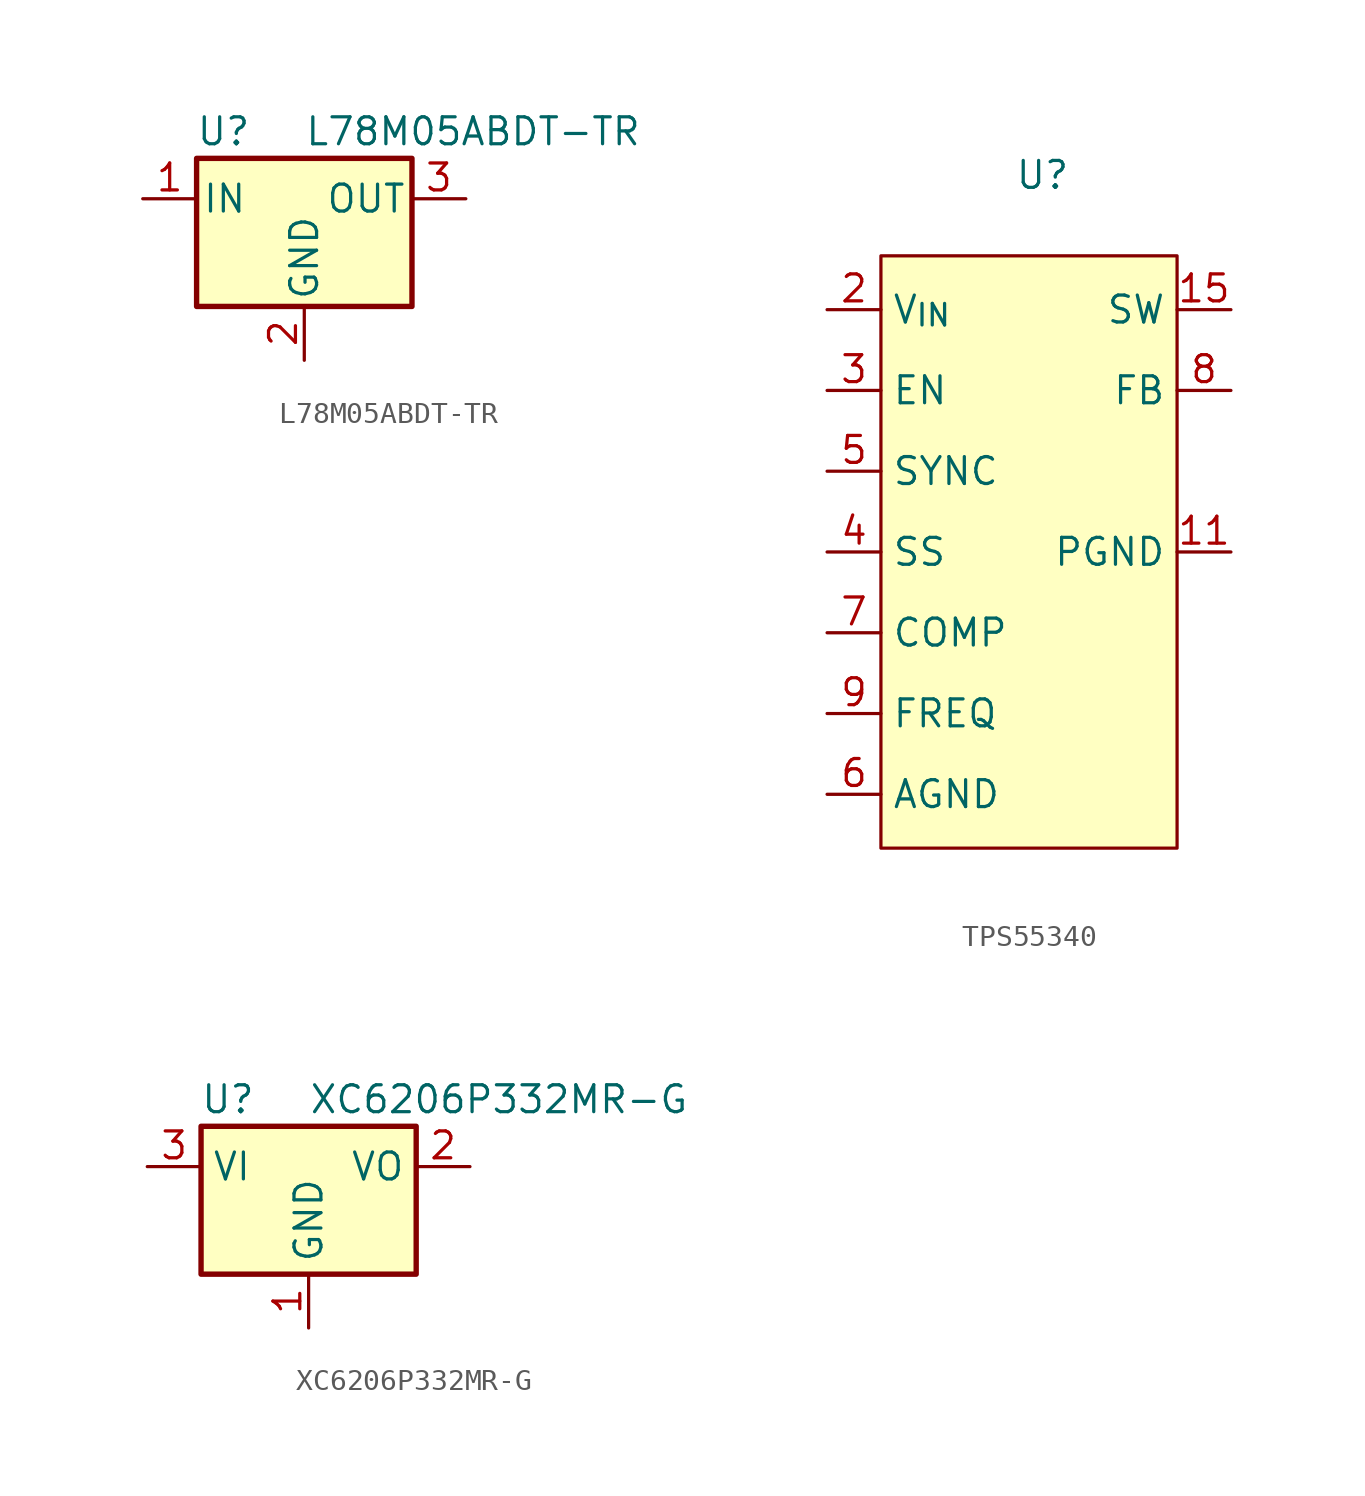
<source format=kicad_sym>
(kicad_symbol_lib
  (version 20220914)
  (generator kicad_symbol_editor)
  (symbol "L78M05ABDT-TR"
    (pin_names
      (offset 0.254))
    (property "Reference" "U"
      (at -3.81 3.175 0)
      (effects (font (size 1.27 1.27))))
    (property "Value" "L78M05ABDT-TR"
      (at 0 3.175 0)
      (effects (font (size 1.27 1.27)) (justify left)))
    (symbol "L78M05ABDT-TR_0_1"
      (rectangle (start -5.08 1.905) (end 5.08 -5.08) (stroke (width 0.254) (type default)) (fill (type background))))
    (symbol "L78M05ABDT-TR_1_1"
      (pin power_in line (at -7.62 0 0) (length 2.54) (name "IN" (effects (font (size 1.27 1.27)))) (number "1" (effects (font (size 1.27 1.27)))))
      (pin power_in line (at 0 -7.62 90) (length 2.54) (name "GND" (effects (font (size 1.27 1.27)))) (number "2" (effects (font (size 1.27 1.27)))))
      (pin power_out line (at 7.62 0 180) (length 2.54) (name "OUT" (effects (font (size 1.27 1.27)))) (number "3" (effects (font (size 1.27 1.27)))))))
  (symbol "TPS55340"
    (property "Reference" "U"
      (at 0 17.78 0)
      (effects (font (size 1.27 1.27))))
    (property "Value" ""
      (at 0 0 0)
      (effects (font (size 1.27 1.27))))
    (symbol "TPS55340_1_1"
      (rectangle (start -7.62 13.97) (end 6.35 -13.97) (stroke (width 0) (type default)) (fill (type background)))
      (pin input line (at 8.89 -5.08 180) (length 2.54) hide (name "NC" (effects (font (size 1.27 1.27)))) (number "10" (effects (font (size 1.27 1.27)))))
      (pin input line (at 8.89 0 180) (length 2.54) (name "PGND" (effects (font (size 1.27 1.27)))) (number "11" (effects (font (size 1.27 1.27)))))
      (pin input line (at 8.89 0 180) (length 2.54) hide (name "PGND" (effects (font (size 1.27 1.27)))) (number "12" (effects (font (size 1.27 1.27)))))
      (pin input line (at 8.89 0 180) (length 2.54) hide (name "PGND" (effects (font (size 1.27 1.27)))) (number "13" (effects (font (size 1.27 1.27)))))
      (pin input line (at 8.89 -5.08 180) (length 2.54) hide (name "NC" (effects (font (size 1.27 1.27)))) (number "14" (effects (font (size 1.27 1.27)))))
      (pin input line (at 8.89 11.43 180) (length 2.54) (name "SW" (effects (font (size 1.27 1.27)))) (number "15" (effects (font (size 1.27 1.27)))))
      (pin input line (at 8.89 11.43 180) (length 2.54) hide (name "SW" (effects (font (size 1.27 1.27)))) (number "16" (effects (font (size 1.27 1.27)))))
      (pin input line (at -10.16 11.43 0) (length 2.54) (name "V_{IN}" (effects (font (size 1.27 1.27)))) (number "2" (effects (font (size 1.27 1.27)))))
      (pin input line (at -10.16 7.62 0) (length 2.54) (name "EN" (effects (font (size 1.27 1.27)))) (number "3" (effects (font (size 1.27 1.27)))))
      (pin input line (at -10.16 0 0) (length 2.54) (name "SS" (effects (font (size 1.27 1.27)))) (number "4" (effects (font (size 1.27 1.27)))))
      (pin input line (at -10.16 3.81 0) (length 2.54) (name "SYNC" (effects (font (size 1.27 1.27)))) (number "5" (effects (font (size 1.27 1.27)))))
      (pin input line (at -10.16 -11.43 0) (length 2.54) (name "AGND" (effects (font (size 1.27 1.27)))) (number "6" (effects (font (size 1.27 1.27)))))
      (pin input line (at -10.16 -3.81 0) (length 2.54) (name "COMP" (effects (font (size 1.27 1.27)))) (number "7" (effects (font (size 1.27 1.27)))))
      (pin input line (at 8.89 7.62 180) (length 2.54) (name "FB" (effects (font (size 1.27 1.27)))) (number "8" (effects (font (size 1.27 1.27)))))
      (pin input line (at -10.16 -7.62 0) (length 2.54) (name "FREQ" (effects (font (size 1.27 1.27)))) (number "9" (effects (font (size 1.27 1.27)))))))
  (symbol "XC6206P332MR-G"
    (property "Reference" "U"
      (at -3.81 3.175 0)
      (effects (font (size 1.27 1.27))))
    (property "Value" "XC6206P332MR-G"
      (at 0 3.175 0)
      (effects (font (size 1.27 1.27)) (justify left)))
    (symbol "XC6206P332MR-G_0_1"
      (rectangle (start -5.08 1.905) (end 5.08 -5.08) (stroke (width 0.254) (type default)) (fill (type background))))
    (symbol "XC6206P332MR-G_1_1"
      (pin power_in line (at 0 -7.62 90) (length 2.54) (name "GND" (effects (font (size 1.27 1.27)))) (number "1" (effects (font (size 1.27 1.27)))))
      (pin power_out line (at 7.62 0 180) (length 2.54) (name "VO" (effects (font (size 1.27 1.27)))) (number "2" (effects (font (size 1.27 1.27)))))
      (pin power_in line (at -7.62 0 0) (length 2.54) (name "VI" (effects (font (size 1.27 1.27)))) (number "3" (effects (font (size 1.27 1.27))))))))
</source>
